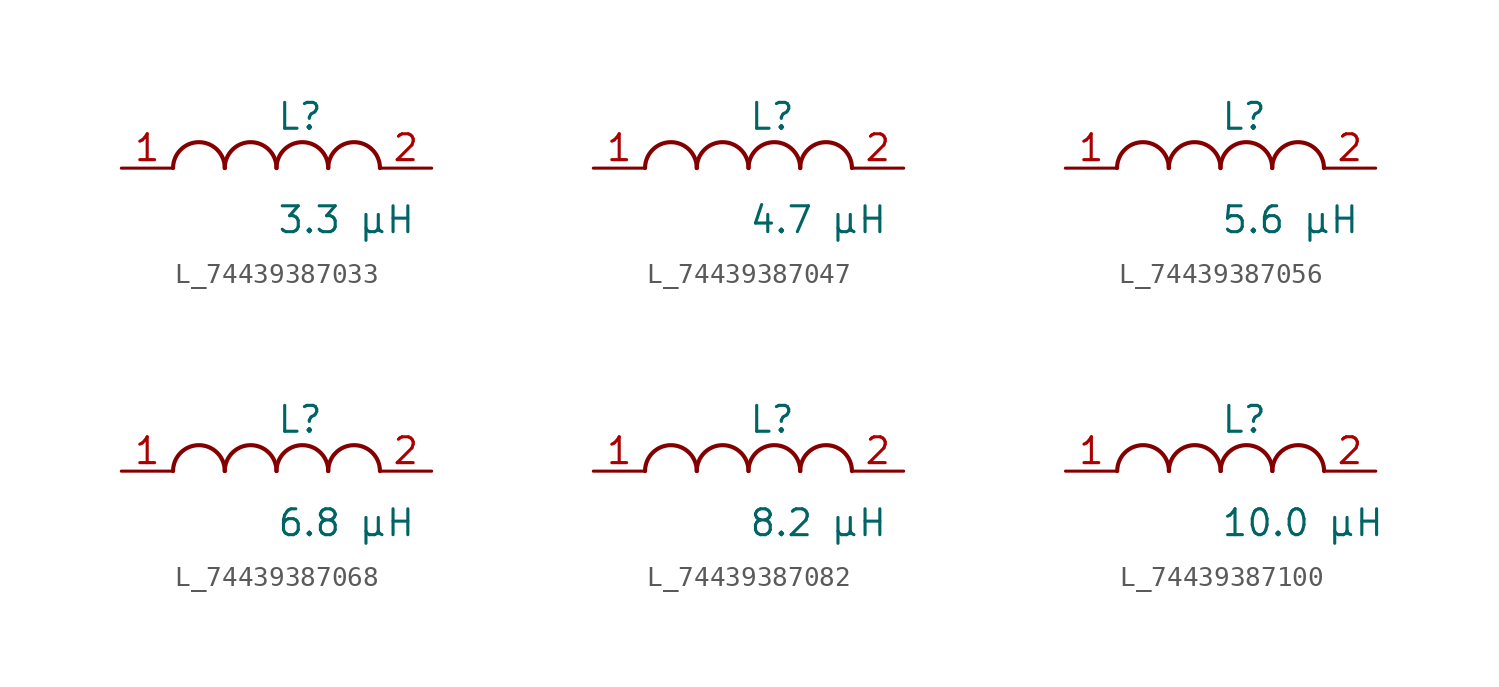
<source format=kicad_sym>
(kicad_symbol_lib
  (version 20231120)
  (generator kicad_symbol_editor)
  (generator_version 8.0)
  (symbol "L_74439387033"
    (pin_names
      (offset 0.254))
    (property "Reference" "L"
      (at 0 2.54 0)
      (effects (font (size 1.27 1.27)) (justify left)))
    (property "Value" "3.3 µH"
      (at 0 -2.54 0)
      (effects (font (size 1.27 1.27)) (justify left)))
    (symbol "L_74439387033_1_1"
      (arc (start -2.54 0.0056) (mid -3.81 1.27) (end -5.08 0.0056) (stroke (width 0.2032) (type default)) (fill (type none)))
      (arc (start 0 0.0056) (mid -1.27 1.27) (end -2.54 0.0056) (stroke (width 0.2032) (type default)) (fill (type none)))
      (arc (start 2.54 0.0056) (mid 1.27 1.27) (end 0 0.0056) (stroke (width 0.2032) (type default)) (fill (type none)))
      (arc (start 5.08 0.0056) (mid 3.81 1.27) (end 2.54 0.0056) (stroke (width 0.2032) (type default)) (fill (type none)))
      (pin passive line (at -7.62 0 0) (length 2.54) (name "" (effects (font (size 1.27 1.27)))) (number "1" (effects (font (size 1.27 1.27)))))
      (pin passive line (at 7.62 0 180) (length 2.54) (name "" (effects (font (size 1.27 1.27)))) (number "2" (effects (font (size 1.27 1.27)))))))
  (symbol "L_74439387047"
    (pin_names
      (offset 0.254))
    (property "Reference" "L"
      (at 0 2.54 0)
      (effects (font (size 1.27 1.27)) (justify left)))
    (property "Value" "4.7 µH"
      (at 0 -2.54 0)
      (effects (font (size 1.27 1.27)) (justify left)))
    (symbol "L_74439387047_1_1"
      (arc (start -2.54 0.0056) (mid -3.81 1.27) (end -5.08 0.0056) (stroke (width 0.2032) (type default)) (fill (type none)))
      (arc (start 0 0.0056) (mid -1.27 1.27) (end -2.54 0.0056) (stroke (width 0.2032) (type default)) (fill (type none)))
      (arc (start 2.54 0.0056) (mid 1.27 1.27) (end 0 0.0056) (stroke (width 0.2032) (type default)) (fill (type none)))
      (arc (start 5.08 0.0056) (mid 3.81 1.27) (end 2.54 0.0056) (stroke (width 0.2032) (type default)) (fill (type none)))
      (pin passive line (at -7.62 0 0) (length 2.54) (name "" (effects (font (size 1.27 1.27)))) (number "1" (effects (font (size 1.27 1.27)))))
      (pin passive line (at 7.62 0 180) (length 2.54) (name "" (effects (font (size 1.27 1.27)))) (number "2" (effects (font (size 1.27 1.27)))))))
  (symbol "L_74439387056"
    (pin_names
      (offset 0.254))
    (property "Reference" "L"
      (at 0 2.54 0)
      (effects (font (size 1.27 1.27)) (justify left)))
    (property "Value" "5.6 µH"
      (at 0 -2.54 0)
      (effects (font (size 1.27 1.27)) (justify left)))
    (symbol "L_74439387056_1_1"
      (arc (start -2.54 0.0056) (mid -3.81 1.27) (end -5.08 0.0056) (stroke (width 0.2032) (type default)) (fill (type none)))
      (arc (start 0 0.0056) (mid -1.27 1.27) (end -2.54 0.0056) (stroke (width 0.2032) (type default)) (fill (type none)))
      (arc (start 2.54 0.0056) (mid 1.27 1.27) (end 0 0.0056) (stroke (width 0.2032) (type default)) (fill (type none)))
      (arc (start 5.08 0.0056) (mid 3.81 1.27) (end 2.54 0.0056) (stroke (width 0.2032) (type default)) (fill (type none)))
      (pin passive line (at -7.62 0 0) (length 2.54) (name "" (effects (font (size 1.27 1.27)))) (number "1" (effects (font (size 1.27 1.27)))))
      (pin passive line (at 7.62 0 180) (length 2.54) (name "" (effects (font (size 1.27 1.27)))) (number "2" (effects (font (size 1.27 1.27)))))))
  (symbol "L_74439387068"
    (pin_names
      (offset 0.254))
    (property "Reference" "L"
      (at 0 2.54 0)
      (effects (font (size 1.27 1.27)) (justify left)))
    (property "Value" "6.8 µH"
      (at 0 -2.54 0)
      (effects (font (size 1.27 1.27)) (justify left)))
    (symbol "L_74439387068_1_1"
      (arc (start -2.54 0.0056) (mid -3.81 1.27) (end -5.08 0.0056) (stroke (width 0.2032) (type default)) (fill (type none)))
      (arc (start 0 0.0056) (mid -1.27 1.27) (end -2.54 0.0056) (stroke (width 0.2032) (type default)) (fill (type none)))
      (arc (start 2.54 0.0056) (mid 1.27 1.27) (end 0 0.0056) (stroke (width 0.2032) (type default)) (fill (type none)))
      (arc (start 5.08 0.0056) (mid 3.81 1.27) (end 2.54 0.0056) (stroke (width 0.2032) (type default)) (fill (type none)))
      (pin passive line (at -7.62 0 0) (length 2.54) (name "" (effects (font (size 1.27 1.27)))) (number "1" (effects (font (size 1.27 1.27)))))
      (pin passive line (at 7.62 0 180) (length 2.54) (name "" (effects (font (size 1.27 1.27)))) (number "2" (effects (font (size 1.27 1.27)))))))
  (symbol "L_74439387082"
    (pin_names
      (offset 0.254))
    (property "Reference" "L"
      (at 0 2.54 0)
      (effects (font (size 1.27 1.27)) (justify left)))
    (property "Value" "8.2 µH"
      (at 0 -2.54 0)
      (effects (font (size 1.27 1.27)) (justify left)))
    (symbol "L_74439387082_1_1"
      (arc (start -2.54 0.0056) (mid -3.81 1.27) (end -5.08 0.0056) (stroke (width 0.2032) (type default)) (fill (type none)))
      (arc (start 0 0.0056) (mid -1.27 1.27) (end -2.54 0.0056) (stroke (width 0.2032) (type default)) (fill (type none)))
      (arc (start 2.54 0.0056) (mid 1.27 1.27) (end 0 0.0056) (stroke (width 0.2032) (type default)) (fill (type none)))
      (arc (start 5.08 0.0056) (mid 3.81 1.27) (end 2.54 0.0056) (stroke (width 0.2032) (type default)) (fill (type none)))
      (pin passive line (at -7.62 0 0) (length 2.54) (name "" (effects (font (size 1.27 1.27)))) (number "1" (effects (font (size 1.27 1.27)))))
      (pin passive line (at 7.62 0 180) (length 2.54) (name "" (effects (font (size 1.27 1.27)))) (number "2" (effects (font (size 1.27 1.27)))))))
  (symbol "L_74439387100"
    (pin_names
      (offset 0.254))
    (property "Reference" "L"
      (at 0 2.54 0)
      (effects (font (size 1.27 1.27)) (justify left)))
    (property "Value" "10.0 µH"
      (at 0 -2.54 0)
      (effects (font (size 1.27 1.27)) (justify left)))
    (symbol "L_74439387100_1_1"
      (arc (start -2.54 0.0056) (mid -3.81 1.27) (end -5.08 0.0056) (stroke (width 0.2032) (type default)) (fill (type none)))
      (arc (start 0 0.0056) (mid -1.27 1.27) (end -2.54 0.0056) (stroke (width 0.2032) (type default)) (fill (type none)))
      (arc (start 2.54 0.0056) (mid 1.27 1.27) (end 0 0.0056) (stroke (width 0.2032) (type default)) (fill (type none)))
      (arc (start 5.08 0.0056) (mid 3.81 1.27) (end 2.54 0.0056) (stroke (width 0.2032) (type default)) (fill (type none)))
      (pin passive line (at -7.62 0 0) (length 2.54) (name "" (effects (font (size 1.27 1.27)))) (number "1" (effects (font (size 1.27 1.27)))))
      (pin passive line (at 7.62 0 180) (length 2.54) (name "" (effects (font (size 1.27 1.27)))) (number "2" (effects (font (size 1.27 1.27))))))))
</source>
